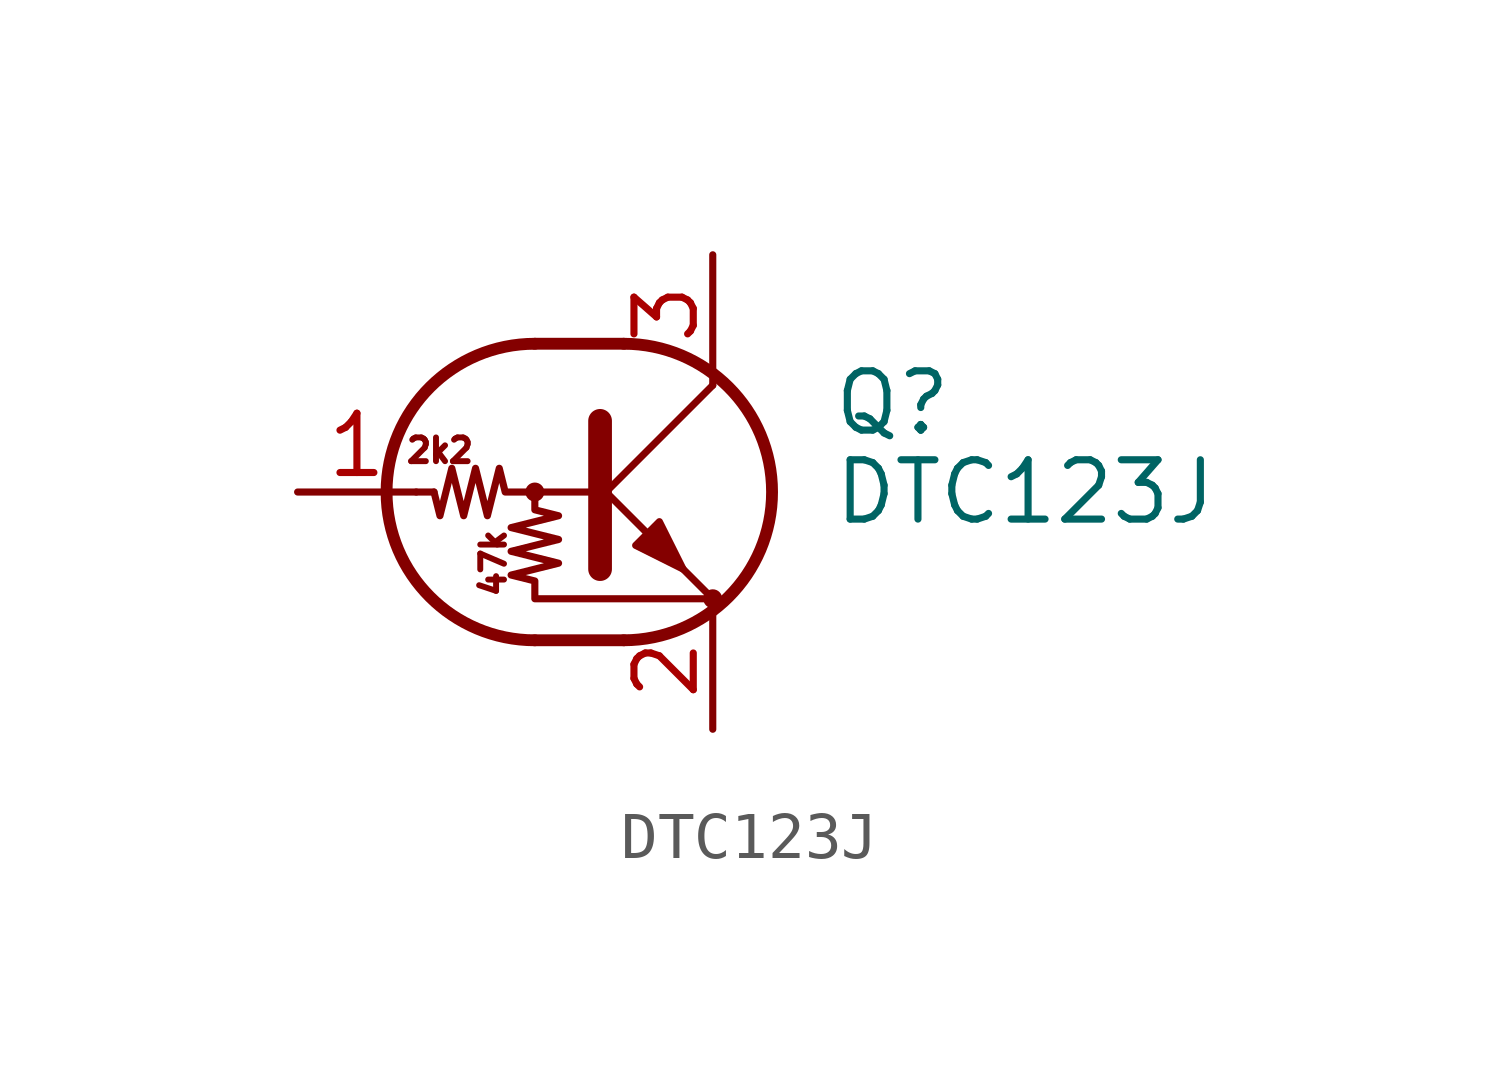
<source format=kicad_sym>
(kicad_symbol_lib
  (version 20200908)
  (generator kicad_symbol_editor)
  (symbol "Transistor_BJT:DTC123J"
    (pin_names
      (offset 0) hide)
    (property "Reference" "Q"
      (at 5.08 1.905 0)
      (effects (font (size 1.27 1.27)) (justify left)))
    (property "Value" "DTC123J"
      (at 5.08 0 0)
      (effects (font (size 1.27 1.27)) (justify left)))
    (symbol "DTC123J_0_1"
      (arc (start -1.27 3.175) (end -1.27 -3.175) (radius (at -1.27 0) (length 3.175) (angles 90.1 -90.1)) (stroke (width 0.254)) (fill (type none)))
      (arc (start 0.635 -3.175) (end 0.635 3.175) (radius (at 0.635 0) (length 3.175) (angles -89.9 89.9)) (stroke (width 0.254)) (fill (type none)))
      (circle (center -1.27 0) (radius 0.127) (stroke (width 0)) (fill (type none)))
      (circle (center 2.54 -2.286) (radius 0.127) (stroke (width 0)) (fill (type none)))
      (polyline (pts (xy -3.429 0) (xy -3.81 0)) (stroke (width 0)) (fill (type none)))
      (polyline (pts (xy -1.27 -3.175) (xy 0.635 -3.175)) (stroke (width 0.254)) (fill (type none)))
      (polyline (pts (xy -1.27 3.175) (xy 0.635 3.175)) (stroke (width 0.254)) (fill (type none)))
      (polyline (pts (xy 0 -0.254) (xy 2.54 2.286)) (stroke (width 0)) (fill (type none)))
      (polyline (pts (xy 0.127 1.524) (xy 0.127 -1.651)) (stroke (width 0.508)) (fill (type outline)))
      (polyline (pts (xy 2.54 2.286) (xy 2.54 2.54)) (stroke (width 0)) (fill (type none)))
      (polyline (pts (xy 2.54 -2.286) (xy 0 0.254) (xy 0 0.254)) (stroke (width 0)) (fill (type none)))
      (polyline (pts (xy 0.889 -1.143) (xy 1.397 -0.635) (xy 1.905 -1.651) (xy 0.889 -1.143)) (stroke (width 0)) (fill (type outline)))
      (polyline (pts (xy 0 0) (xy -1.905 0) (xy -2.032 0.508) (xy -2.286 -0.508) (xy -2.54 0.508) (xy -2.794 -0.508) (xy -3.048 0.508) (xy -3.302 -0.508) (xy -3.429 0)) (stroke (width 0)) (fill (type none)))
      (polyline (pts (xy -1.27 0) (xy -1.27 -0.381) (xy -0.762 -0.508) (xy -1.778 -0.762) (xy -0.762 -1.016) (xy -1.778 -1.27) (xy -0.762 -1.524) (xy -1.778 -1.778) (xy -1.27 -1.905) (xy -1.27 -2.286) (xy 2.54 -2.286)) (stroke (width 0)) (fill (type none))))
    (symbol "DTC123J_0_0"
      (text "2k2" (at -3.302 0.889 0) (effects (font (size 0.508 0.508))))
      (text "47k" (at -2.159 -1.524 900) (effects (font (size 0.508 0.508)))))
    (symbol "DTC123J_1_1"
      (pin input line (at -6.35 0 0) (length 2.54) (name "B" (effects (font (size 1.27 1.27)))) (number "1" (effects (font (size 1.27 1.27)))))
      (pin passive line (at 2.54 -5.08 90) (length 2.54) (name "E" (effects (font (size 1.27 1.27)))) (number "2" (effects (font (size 1.27 1.27)))))
      (pin passive line (at 2.54 5.08 270) (length 2.54) (name "C" (effects (font (size 1.27 1.27)))) (number "3" (effects (font (size 1.27 1.27))))))))
</source>
